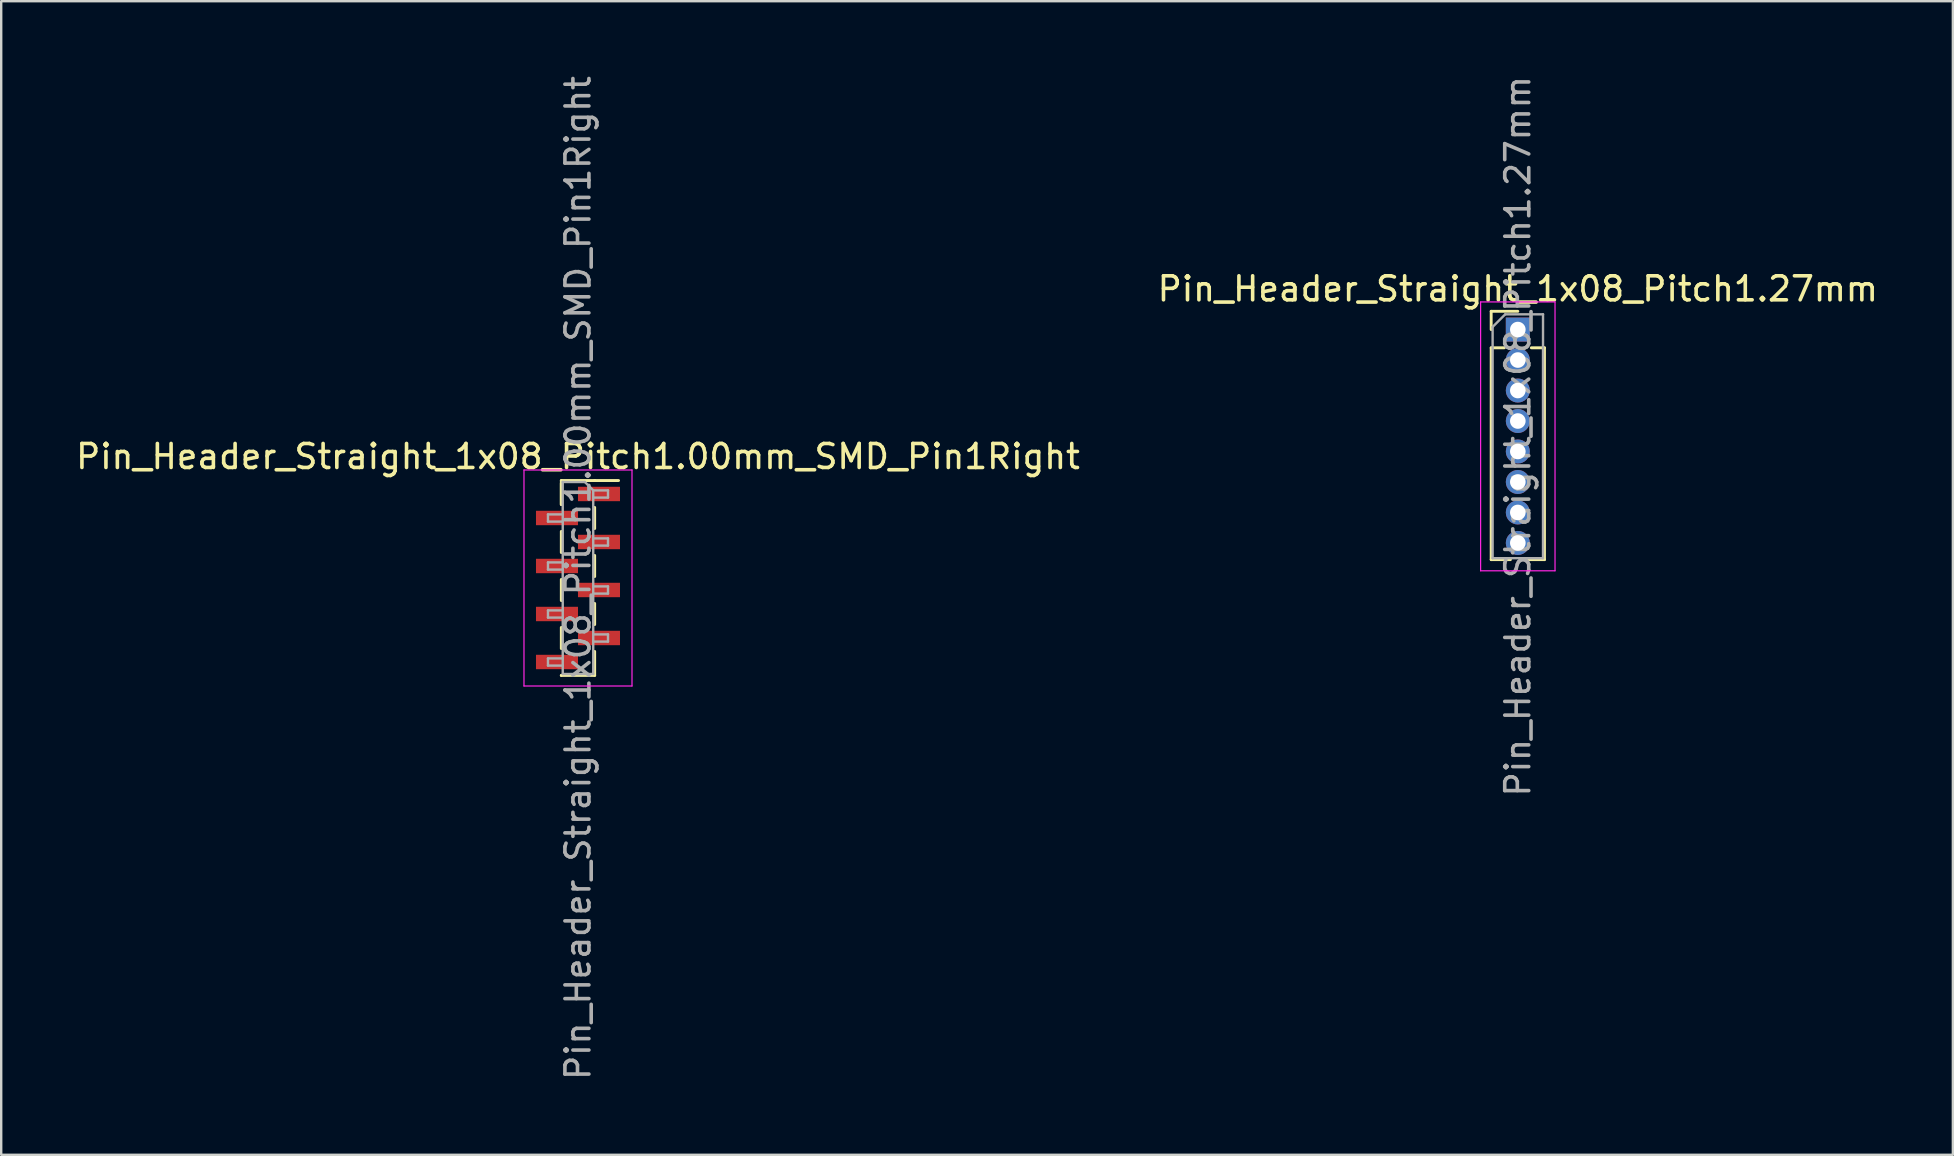
<source format=kicad_pcb>
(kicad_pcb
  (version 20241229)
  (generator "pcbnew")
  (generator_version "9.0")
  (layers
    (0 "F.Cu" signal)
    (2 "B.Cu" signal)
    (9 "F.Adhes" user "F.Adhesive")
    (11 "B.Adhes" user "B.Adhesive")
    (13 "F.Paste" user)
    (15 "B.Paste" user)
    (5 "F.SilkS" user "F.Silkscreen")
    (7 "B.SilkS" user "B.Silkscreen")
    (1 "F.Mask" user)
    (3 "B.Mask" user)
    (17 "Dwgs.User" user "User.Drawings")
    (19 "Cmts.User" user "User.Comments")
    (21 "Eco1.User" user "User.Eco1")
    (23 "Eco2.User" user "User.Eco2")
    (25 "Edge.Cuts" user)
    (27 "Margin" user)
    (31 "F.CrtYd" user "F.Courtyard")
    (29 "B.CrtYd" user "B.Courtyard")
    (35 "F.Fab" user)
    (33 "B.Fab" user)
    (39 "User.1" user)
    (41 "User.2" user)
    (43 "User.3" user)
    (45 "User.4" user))
  (footprint "Pin_Header_Straight_1x08_Pitch1.27mm"
    (layer "F.Cu")
    (at 60.185 10.68)
    (property "Reference" "Pin_Header_Straight_1x08_Pitch1.27mm" (at 0 -1.695 0) (layer "F.SilkS") (effects (font (size 1 1) (thickness 0.15))))
    (attr through_hole)
    (fp_line (start -1.11 -0.76) (end 0 -0.76) (stroke (width 0.12) (type solid)) (layer "F.SilkS"))
    (fp_line (start -1.11 0) (end -1.11 -0.76) (stroke (width 0.12) (type solid)) (layer "F.SilkS"))
    (fp_line (start -1.11 0.76) (end -1.11 9.585) (stroke (width 0.12) (type solid)) (layer "F.SilkS"))
    (fp_line (start -1.11 0.76) (end -0.563 0.76) (stroke (width 0.12) (type solid)) (layer "F.SilkS"))
    (fp_line (start -1.11 9.585) (end -0.308 9.585) (stroke (width 0.12) (type solid)) (layer "F.SilkS"))
    (fp_line (start 0.308 9.585) (end 1.11 9.585) (stroke (width 0.12) (type solid)) (layer "F.SilkS"))
    (fp_line (start 0.563 0.76) (end 1.11 0.76) (stroke (width 0.12) (type solid)) (layer "F.SilkS"))
    (fp_line (start 1.11 0.76) (end 1.11 9.585) (stroke (width 0.12) (type solid)) (layer "F.SilkS"))
    (fp_line (start -1.55 -1.15) (end -1.55 10.05) (stroke (width 0.05) (type solid)) (layer "F.CrtYd"))
    (fp_line (start -1.55 10.05) (end 1.55 10.05) (stroke (width 0.05) (type solid)) (layer "F.CrtYd"))
    (fp_line (start 1.55 -1.15) (end -1.55 -1.15) (stroke (width 0.05) (type solid)) (layer "F.CrtYd"))
    (fp_line (start 1.55 10.05) (end 1.55 -1.15) (stroke (width 0.05) (type solid)) (layer "F.CrtYd"))
    (fp_line (start -1.05 -0.11) (end -0.525 -0.635) (stroke (width 0.1) (type solid)) (layer "F.Fab"))
    (fp_line (start -1.05 9.525) (end -1.05 -0.11) (stroke (width 0.1) (type solid)) (layer "F.Fab"))
    (fp_line (start -0.525 -0.635) (end 1.05 -0.635) (stroke (width 0.1) (type solid)) (layer "F.Fab"))
    (fp_line (start 1.05 -0.635) (end 1.05 9.525) (stroke (width 0.1) (type solid)) (layer "F.Fab"))
    (fp_line (start 1.05 9.525) (end -1.05 9.525) (stroke (width 0.1) (type solid)) (layer "F.Fab"))
    (fp_text user "${REFERENCE}" (at 0 4.445 90) (layer "F.Fab") (effects (font (size 1 1) (thickness 0.15))))
    (pad "1" thru_hole rect (at 0 0) (size 1 1) (drill 0.65) (layers "*.Cu" "*.Mask"))
    (pad "2" thru_hole oval (at 0 1.27) (size 1 1) (drill 0.65) (layers "*.Cu" "*.Mask"))
    (pad "3" thru_hole oval (at 0 2.54) (size 1 1) (drill 0.65) (layers "*.Cu" "*.Mask"))
    (pad "4" thru_hole oval (at 0 3.81) (size 1 1) (drill 0.65) (layers "*.Cu" "*.Mask"))
    (pad "5" thru_hole oval (at 0 5.08) (size 1 1) (drill 0.65) (layers "*.Cu" "*.Mask"))
    (pad "6" thru_hole oval (at 0 6.35) (size 1 1) (drill 0.65) (layers "*.Cu" "*.Mask"))
    (pad "7" thru_hole oval (at 0 7.62) (size 1 1) (drill 0.65) (layers "*.Cu" "*.Mask"))
    (pad "8" thru_hole oval (at 0 8.89) (size 1 1) (drill 0.65) (layers "*.Cu" "*.Mask")))
  (footprint "Pin_Header_Straight_1x08_Pitch1.00mm_SMD_Pin1Right"
    (layer "F.Cu")
    (at 21.03 21.03)
    (property "Reference" "Pin_Header_Straight_1x08_Pitch1.00mm_SMD_Pin1Right" (at 0 -5.06 0) (layer "F.SilkS") (effects (font (size 1 1) (thickness 0.15))))
    (attr smd)
    (fp_line (start -0.695 -4.06) (end -0.695 -3.06) (stroke (width 0.12) (type solid)) (layer "F.SilkS"))
    (fp_line (start -0.695 -4.06) (end 0.695 -4.06) (stroke (width 0.12) (type solid)) (layer "F.SilkS"))
    (fp_line (start -0.695 -3.94) (end -0.695 -3.06) (stroke (width 0.12) (type solid)) (layer "F.SilkS"))
    (fp_line (start -0.695 -1.94) (end -0.695 -1.06) (stroke (width 0.12) (type solid)) (layer "F.SilkS"))
    (fp_line (start -0.695 0.06) (end -0.695 0.94) (stroke (width 0.12) (type solid)) (layer "F.SilkS"))
    (fp_line (start -0.695 2.06) (end -0.695 2.94) (stroke (width 0.12) (type solid)) (layer "F.SilkS"))
    (fp_line (start -0.695 4.06) (end -0.695 4.06) (stroke (width 0.12) (type solid)) (layer "F.SilkS"))
    (fp_line (start -0.695 4.06) (end 0.695 4.06) (stroke (width 0.12) (type solid)) (layer "F.SilkS"))
    (fp_line (start 0.695 -4.06) (end 0.695 -4.06) (stroke (width 0.12) (type solid)) (layer "F.SilkS"))
    (fp_line (start 0.695 -4.06) (end 1.69 -4.06) (stroke (width 0.12) (type solid)) (layer "F.SilkS"))
    (fp_line (start 0.695 -2.94) (end 0.695 -2.06) (stroke (width 0.12) (type solid)) (layer "F.SilkS"))
    (fp_line (start 0.695 -0.94) (end 0.695 -0.06) (stroke (width 0.12) (type solid)) (layer "F.SilkS"))
    (fp_line (start 0.695 1.06) (end 0.695 1.94) (stroke (width 0.12) (type solid)) (layer "F.SilkS"))
    (fp_line (start 0.695 3.06) (end 0.695 4.06) (stroke (width 0.12) (type solid)) (layer "F.SilkS"))
    (fp_line (start -2.25 -4.5) (end -2.25 4.5) (stroke (width 0.05) (type solid)) (layer "F.CrtYd"))
    (fp_line (start -2.25 4.5) (end 2.25 4.5) (stroke (width 0.05) (type solid)) (layer "F.CrtYd"))
    (fp_line (start 2.25 -4.5) (end -2.25 -4.5) (stroke (width 0.05) (type solid)) (layer "F.CrtYd"))
    (fp_line (start 2.25 4.5) (end 2.25 -4.5) (stroke (width 0.05) (type solid)) (layer "F.CrtYd"))
    (fp_line (start -1.25 -2.65) (end -1.25 -2.35) (stroke (width 0.1) (type solid)) (layer "F.Fab"))
    (fp_line (start -1.25 -2.35) (end -0.635 -2.35) (stroke (width 0.1) (type solid)) (layer "F.Fab"))
    (fp_line (start -1.25 -0.65) (end -1.25 -0.35) (stroke (width 0.1) (type solid)) (layer "F.Fab"))
    (fp_line (start -1.25 -0.35) (end -0.635 -0.35) (stroke (width 0.1) (type solid)) (layer "F.Fab"))
    (fp_line (start -1.25 1.35) (end -1.25 1.65) (stroke (width 0.1) (type solid)) (layer "F.Fab"))
    (fp_line (start -1.25 1.65) (end -0.635 1.65) (stroke (width 0.1) (type solid)) (layer "F.Fab"))
    (fp_line (start -1.25 3.35) (end -1.25 3.65) (stroke (width 0.1) (type solid)) (layer "F.Fab"))
    (fp_line (start -1.25 3.65) (end -0.635 3.65) (stroke (width 0.1) (type solid)) (layer "F.Fab"))
    (fp_line (start -0.635 -4) (end -0.635 4) (stroke (width 0.1) (type solid)) (layer "F.Fab"))
    (fp_line (start -0.635 -4) (end 0.285 -4) (stroke (width 0.1) (type solid)) (layer "F.Fab"))
    (fp_line (start -0.635 -2.65) (end -1.25 -2.65) (stroke (width 0.1) (type solid)) (layer "F.Fab"))
    (fp_line (start -0.635 -0.65) (end -1.25 -0.65) (stroke (width 0.1) (type solid)) (layer "F.Fab"))
    (fp_line (start -0.635 1.35) (end -1.25 1.35) (stroke (width 0.1) (type solid)) (layer "F.Fab"))
    (fp_line (start -0.635 3.35) (end -1.25 3.35) (stroke (width 0.1) (type solid)) (layer "F.Fab"))
    (fp_line (start 0.635 -3.65) (end 0.285 -4) (stroke (width 0.1) (type solid)) (layer "F.Fab"))
    (fp_line (start 0.635 -3.65) (end 1.25 -3.65) (stroke (width 0.1) (type solid)) (layer "F.Fab"))
    (fp_line (start 0.635 -1.65) (end 1.25 -1.65) (stroke (width 0.1) (type solid)) (layer "F.Fab"))
    (fp_line (start 0.635 0.35) (end 1.25 0.35) (stroke (width 0.1) (type solid)) (layer "F.Fab"))
    (fp_line (start 0.635 2.35) (end 1.25 2.35) (stroke (width 0.1) (type solid)) (layer "F.Fab"))
    (fp_line (start 0.635 4) (end -0.635 4) (stroke (width 0.1) (type solid)) (layer "F.Fab"))
    (fp_line (start 0.635 4) (end 0.635 -3.65) (stroke (width 0.1) (type solid)) (layer "F.Fab"))
    (fp_line (start 1.25 -3.65) (end 1.25 -3.35) (stroke (width 0.1) (type solid)) (layer "F.Fab"))
    (fp_line (start 1.25 -3.35) (end 0.635 -3.35) (stroke (width 0.1) (type solid)) (layer "F.Fab"))
    (fp_line (start 1.25 -1.65) (end 1.25 -1.35) (stroke (width 0.1) (type solid)) (layer "F.Fab"))
    (fp_line (start 1.25 -1.35) (end 0.635 -1.35) (stroke (width 0.1) (type solid)) (layer "F.Fab"))
    (fp_line (start 1.25 0.35) (end 1.25 0.65) (stroke (width 0.1) (type solid)) (layer "F.Fab"))
    (fp_line (start 1.25 0.65) (end 0.635 0.65) (stroke (width 0.1) (type solid)) (layer "F.Fab"))
    (fp_line (start 1.25 2.35) (end 1.25 2.65) (stroke (width 0.1) (type solid)) (layer "F.Fab"))
    (fp_line (start 1.25 2.65) (end 0.635 2.65) (stroke (width 0.1) (type solid)) (layer "F.Fab"))
    (fp_text user "${REFERENCE}" (at 0 0 90) (layer "F.Fab") (effects (font (size 1 1) (thickness 0.15))))
    (pad "1" smd rect (at 0.875 -3.5) (size 1.75 0.6) (layers "F.Cu" "F.Mask" "F.Paste"))
    (pad "2" smd rect (at -0.875 -2.5) (size 1.75 0.6) (layers "F.Cu" "F.Mask" "F.Paste"))
    (pad "3" smd rect (at 0.875 -1.5) (size 1.75 0.6) (layers "F.Cu" "F.Mask" "F.Paste"))
    (pad "4" smd rect (at -0.875 -0.5) (size 1.75 0.6) (layers "F.Cu" "F.Mask" "F.Paste"))
    (pad "5" smd rect (at 0.875 0.5) (size 1.75 0.6) (layers "F.Cu" "F.Mask" "F.Paste"))
    (pad "6" smd rect (at -0.875 1.5) (size 1.75 0.6) (layers "F.Cu" "F.Mask" "F.Paste"))
    (pad "7" smd rect (at 0.875 2.5) (size 1.75 0.6) (layers "F.Cu" "F.Mask" "F.Paste"))
    (pad "8" smd rect (at -0.875 3.5) (size 1.75 0.6) (layers "F.Cu" "F.Mask" "F.Paste")))
  (gr_rect
    (start -3 -3)
    (end 78.31 45.06)
    (stroke (width 0.1) (type default))
    (fill no)
    (layer "Edge.Cuts")))
</source>
